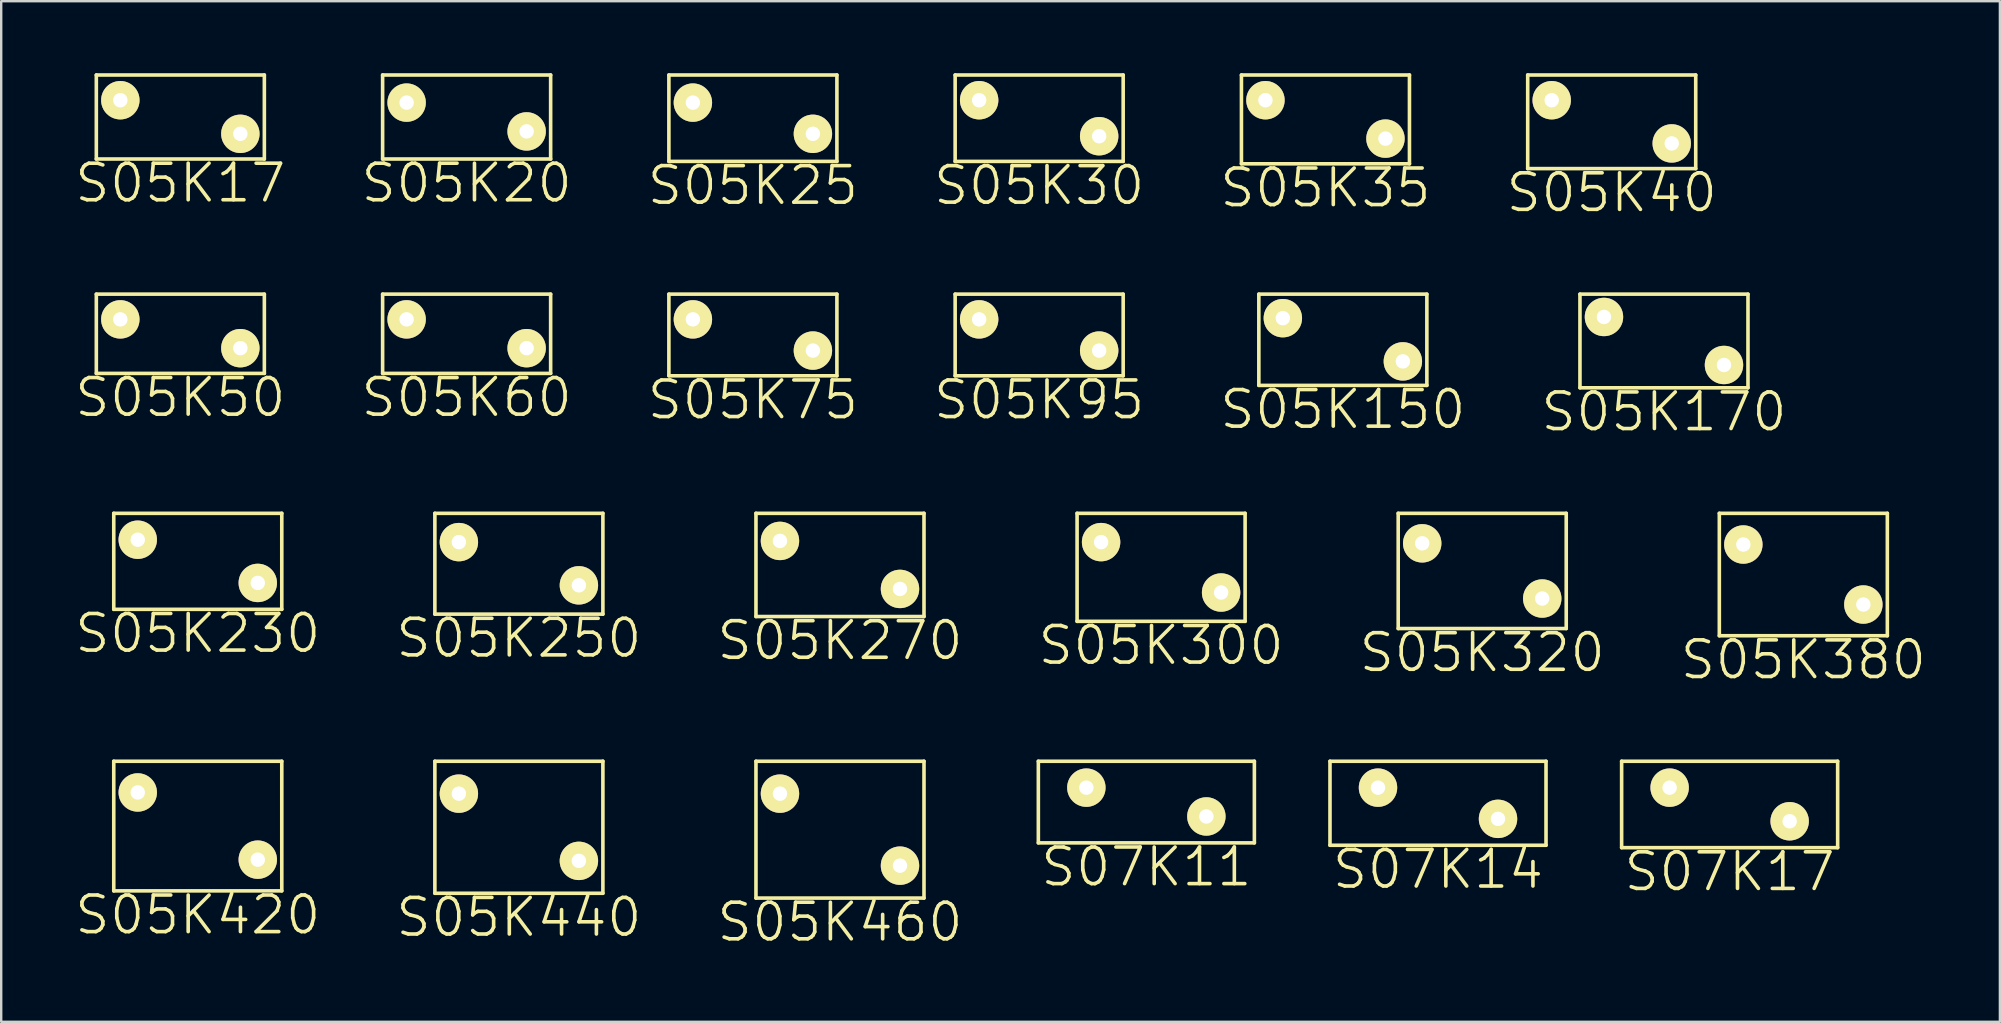
<source format=kicad_pcb>
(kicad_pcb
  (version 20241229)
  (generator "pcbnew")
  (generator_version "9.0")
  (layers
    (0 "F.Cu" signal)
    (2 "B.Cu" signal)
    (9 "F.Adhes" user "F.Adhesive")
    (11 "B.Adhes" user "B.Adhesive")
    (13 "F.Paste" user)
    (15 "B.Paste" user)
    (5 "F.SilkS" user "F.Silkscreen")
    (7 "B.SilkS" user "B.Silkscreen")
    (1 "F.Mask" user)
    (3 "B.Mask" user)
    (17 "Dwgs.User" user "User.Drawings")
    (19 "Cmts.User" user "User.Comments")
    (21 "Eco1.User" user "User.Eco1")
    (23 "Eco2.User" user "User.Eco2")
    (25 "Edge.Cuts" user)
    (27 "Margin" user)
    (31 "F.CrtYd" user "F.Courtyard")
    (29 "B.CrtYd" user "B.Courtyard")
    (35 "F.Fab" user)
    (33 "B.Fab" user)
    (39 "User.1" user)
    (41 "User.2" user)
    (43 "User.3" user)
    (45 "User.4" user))
  (footprint "S05K170"
    (layer "F.Cu")
    (at 63.772 10.155)
    (property "Reference" "S05K170" (at 2.5 3.95 0) (layer "F.SilkS") (effects (font (size 1.524 1.524) (thickness 0.15))))
    (attr through_hole)
    (fp_line (start -1 -0.95) (end -1 2.95) (stroke (width 0.15) (type solid)) (layer "F.SilkS"))
    (fp_line (start -1 -0.95) (end 6 -0.95) (stroke (width 0.15) (type solid)) (layer "F.SilkS"))
    (fp_line (start -1 2.95) (end 6 2.95) (stroke (width 0.15) (type solid)) (layer "F.SilkS"))
    (fp_line (start 6 -0.95) (end 6 2.95) (stroke (width 0.15) (type solid)) (layer "F.SilkS"))
    (pad "1" thru_hole circle (at 0 0) (size 1.6 1.6) (drill 0.6) (layers "*.Cu" "*.Mask" "F.SilkS"))
    (pad "2" thru_hole circle (at 5 2) (size 1.6 1.6) (drill 0.6) (layers "*.Cu" "*.Mask" "F.SilkS")))
  (footprint "S07K14"
    (layer "F.Cu")
    (at 54.358 29.764)
    (property "Reference" "S07K14" (at 2.5 3.4 0) (layer "F.SilkS") (effects (font (size 1.524 1.524) (thickness 0.15))))
    (attr through_hole)
    (fp_line (start -2 -1.1) (end -2 2.4) (stroke (width 0.15) (type solid)) (layer "F.SilkS"))
    (fp_line (start -2 -1.1) (end 7 -1.1) (stroke (width 0.15) (type solid)) (layer "F.SilkS"))
    (fp_line (start -2 2.4) (end 7 2.4) (stroke (width 0.15) (type solid)) (layer "F.SilkS"))
    (fp_line (start 7 -1.1) (end 7 2.4) (stroke (width 0.15) (type solid)) (layer "F.SilkS"))
    (pad "1" thru_hole circle (at 0 0) (size 1.6 1.6) (drill 0.6) (layers "*.Cu" "*.Mask" "F.SilkS"))
    (pad "2" thru_hole circle (at 5 1.3) (size 1.6 1.6) (drill 0.6) (layers "*.Cu" "*.Mask" "F.SilkS")))
  (footprint "S05K20"
    (layer "F.Cu")
    (at 13.89 1.225)
    (property "Reference" "S05K20" (at 2.5 3.35 0) (layer "F.SilkS") (effects (font (size 1.524 1.524) (thickness 0.15))))
    (attr through_hole)
    (fp_line (start -1 -1.15) (end -1 2.35) (stroke (width 0.15) (type solid)) (layer "F.SilkS"))
    (fp_line (start -1 -1.15) (end 6 -1.15) (stroke (width 0.15) (type solid)) (layer "F.SilkS"))
    (fp_line (start -1 2.35) (end 6 2.35) (stroke (width 0.15) (type solid)) (layer "F.SilkS"))
    (fp_line (start 6 -1.15) (end 6 2.35) (stroke (width 0.15) (type solid)) (layer "F.SilkS"))
    (pad "1" thru_hole circle (at 0 0) (size 1.6 1.6) (drill 0.6) (layers "*.Cu" "*.Mask" "F.SilkS"))
    (pad "2" thru_hole circle (at 5 1.2) (size 1.6 1.6) (drill 0.6) (layers "*.Cu" "*.Mask" "F.SilkS")))
  (footprint "S05K30"
    (layer "F.Cu")
    (at 37.742 1.125)
    (property "Reference" "S05K30" (at 2.5 3.55 0) (layer "F.SilkS") (effects (font (size 1.524 1.524) (thickness 0.15))))
    (attr through_hole)
    (fp_line (start -1 -1.05) (end -1 2.55) (stroke (width 0.15) (type solid)) (layer "F.SilkS"))
    (fp_line (start -1 -1.05) (end 6 -1.05) (stroke (width 0.15) (type solid)) (layer "F.SilkS"))
    (fp_line (start -1 2.55) (end 6 2.55) (stroke (width 0.15) (type solid)) (layer "F.SilkS"))
    (fp_line (start 6 -1.05) (end 6 2.55) (stroke (width 0.15) (type solid)) (layer "F.SilkS"))
    (pad "1" thru_hole circle (at 0 0) (size 1.6 1.6) (drill 0.6) (layers "*.Cu" "*.Mask" "F.SilkS"))
    (pad "2" thru_hole circle (at 5 1.5) (size 1.6 1.6) (drill 0.6) (layers "*.Cu" "*.Mask" "F.SilkS")))
  (footprint "S05K60"
    (layer "F.Cu")
    (at 13.89 10.255)
    (property "Reference" "S05K60" (at 2.5 3.25 0) (layer "F.SilkS") (effects (font (size 1.524 1.524) (thickness 0.15))))
    (attr through_hole)
    (fp_line (start -1 -1.05) (end -1 2.25) (stroke (width 0.15) (type solid)) (layer "F.SilkS"))
    (fp_line (start -1 -1.05) (end 6 -1.05) (stroke (width 0.15) (type solid)) (layer "F.SilkS"))
    (fp_line (start -1 2.25) (end 6 2.25) (stroke (width 0.15) (type solid)) (layer "F.SilkS"))
    (fp_line (start 6 -1.05) (end 6 2.25) (stroke (width 0.15) (type solid)) (layer "F.SilkS"))
    (pad "1" thru_hole circle (at 0 0) (size 1.6 1.6) (drill 0.6) (layers "*.Cu" "*.Mask" "F.SilkS"))
    (pad "2" thru_hole circle (at 5 1.2) (size 1.6 1.6) (drill 0.6) (layers "*.Cu" "*.Mask" "F.SilkS")))
  (footprint "S05K320"
    (layer "F.Cu")
    (at 56.2 19.585)
    (property "Reference" "S05K320" (at 2.5 4.55 0) (layer "F.SilkS") (effects (font (size 1.524 1.524) (thickness 0.15))))
    (attr through_hole)
    (fp_line (start -1 -1.25) (end -1 3.55) (stroke (width 0.15) (type solid)) (layer "F.SilkS"))
    (fp_line (start -1 -1.25) (end 6 -1.25) (stroke (width 0.15) (type solid)) (layer "F.SilkS"))
    (fp_line (start -1 3.55) (end 6 3.55) (stroke (width 0.15) (type solid)) (layer "F.SilkS"))
    (fp_line (start 6 -1.25) (end 6 3.55) (stroke (width 0.15) (type solid)) (layer "F.SilkS"))
    (pad "1" thru_hole circle (at 0 0) (size 1.6 1.6) (drill 0.6) (layers "*.Cu" "*.Mask" "F.SilkS"))
    (pad "2" thru_hole circle (at 5 2.3) (size 1.6 1.6) (drill 0.6) (layers "*.Cu" "*.Mask" "F.SilkS")))
  (footprint "S07K11"
    (layer "F.Cu")
    (at 42.208 29.764)
    (property "Reference" "S07K11" (at 2.5 3.3 0) (layer "F.SilkS") (effects (font (size 1.524 1.524) (thickness 0.15))))
    (attr through_hole)
    (fp_line (start -2 -1.1) (end -2 2.3) (stroke (width 0.15) (type solid)) (layer "F.SilkS"))
    (fp_line (start -2 -1.1) (end 7 -1.1) (stroke (width 0.15) (type solid)) (layer "F.SilkS"))
    (fp_line (start -2 2.3) (end 7 2.3) (stroke (width 0.15) (type solid)) (layer "F.SilkS"))
    (fp_line (start 7 -1.1) (end 7 2.3) (stroke (width 0.15) (type solid)) (layer "F.SilkS"))
    (pad "1" thru_hole circle (at 0 0) (size 1.6 1.6) (drill 0.6) (layers "*.Cu" "*.Mask" "F.SilkS"))
    (pad "2" thru_hole circle (at 5 1.2) (size 1.6 1.6) (drill 0.6) (layers "*.Cu" "*.Mask" "F.SilkS")))
  (footprint "S05K75"
    (layer "F.Cu")
    (at 25.816 10.255)
    (property "Reference" "S05K75" (at 2.5 3.35 0) (layer "F.SilkS") (effects (font (size 1.524 1.524) (thickness 0.15))))
    (attr through_hole)
    (fp_line (start -1 -1.05) (end -1 2.35) (stroke (width 0.15) (type solid)) (layer "F.SilkS"))
    (fp_line (start -1 -1.05) (end 6 -1.05) (stroke (width 0.15) (type solid)) (layer "F.SilkS"))
    (fp_line (start -1 2.35) (end 6 2.35) (stroke (width 0.15) (type solid)) (layer "F.SilkS"))
    (fp_line (start 6 -1.05) (end 6 2.35) (stroke (width 0.15) (type solid)) (layer "F.SilkS"))
    (pad "1" thru_hole circle (at 0 0) (size 1.6 1.6) (drill 0.6) (layers "*.Cu" "*.Mask" "F.SilkS"))
    (pad "2" thru_hole circle (at 5 1.3) (size 1.6 1.6) (drill 0.6) (layers "*.Cu" "*.Mask" "F.SilkS")))
  (footprint "S05K35"
    (layer "F.Cu")
    (at 49.669 1.125)
    (property "Reference" "S05K35" (at 2.5 3.65 0) (layer "F.SilkS") (effects (font (size 1.524 1.524) (thickness 0.15))))
    (attr through_hole)
    (fp_line (start -1 -1.05) (end -1 2.65) (stroke (width 0.15) (type solid)) (layer "F.SilkS"))
    (fp_line (start -1 -1.05) (end 6 -1.05) (stroke (width 0.15) (type solid)) (layer "F.SilkS"))
    (fp_line (start -1 2.65) (end 6 2.65) (stroke (width 0.15) (type solid)) (layer "F.SilkS"))
    (fp_line (start 6 -1.05) (end 6 2.65) (stroke (width 0.15) (type solid)) (layer "F.SilkS"))
    (pad "1" thru_hole circle (at 0 0) (size 1.6 1.6) (drill 0.6) (layers "*.Cu" "*.Mask" "F.SilkS"))
    (pad "2" thru_hole circle (at 5 1.6) (size 1.6 1.6) (drill 0.6) (layers "*.Cu" "*.Mask" "F.SilkS")))
  (footprint "S05K17"
    (layer "F.Cu")
    (at 1.963 1.125)
    (property "Reference" "S05K17" (at 2.5 3.45 0) (layer "F.SilkS") (effects (font (size 1.524 1.524) (thickness 0.15))))
    (attr through_hole)
    (fp_line (start -1 -1.05) (end -1 2.45) (stroke (width 0.15) (type solid)) (layer "F.SilkS"))
    (fp_line (start -1 -1.05) (end 6 -1.05) (stroke (width 0.15) (type solid)) (layer "F.SilkS"))
    (fp_line (start -1 2.45) (end 6 2.45) (stroke (width 0.15) (type solid)) (layer "F.SilkS"))
    (fp_line (start 6 -1.05) (end 6 2.45) (stroke (width 0.15) (type solid)) (layer "F.SilkS"))
    (pad "1" thru_hole circle (at 0 0) (size 1.6 1.6) (drill 0.6) (layers "*.Cu" "*.Mask" "F.SilkS"))
    (pad "2" thru_hole circle (at 5 1.4) (size 1.6 1.6) (drill 0.6) (layers "*.Cu" "*.Mask" "F.SilkS")))
  (footprint "S05K250"
    (layer "F.Cu")
    (at 16.067 19.535)
    (property "Reference" "S05K250" (at 2.5 4 0) (layer "F.SilkS") (effects (font (size 1.524 1.524) (thickness 0.15))))
    (attr through_hole)
    (fp_line (start -1 -1.2) (end -1 3) (stroke (width 0.15) (type solid)) (layer "F.SilkS"))
    (fp_line (start -1 -1.2) (end 6 -1.2) (stroke (width 0.15) (type solid)) (layer "F.SilkS"))
    (fp_line (start -1 3) (end 6 3) (stroke (width 0.15) (type solid)) (layer "F.SilkS"))
    (fp_line (start 6 -1.2) (end 6 3) (stroke (width 0.15) (type solid)) (layer "F.SilkS"))
    (pad "1" thru_hole circle (at 0 0) (size 1.6 1.6) (drill 0.6) (layers "*.Cu" "*.Mask" "F.SilkS"))
    (pad "2" thru_hole circle (at 5 1.8) (size 1.6 1.6) (drill 0.6) (layers "*.Cu" "*.Mask" "F.SilkS")))
  (footprint "S05K230"
    (layer "F.Cu")
    (at 2.689 19.435)
    (property "Reference" "S05K230" (at 2.5 3.9 0) (layer "F.SilkS") (effects (font (size 1.524 1.524) (thickness 0.15))))
    (attr through_hole)
    (fp_line (start -1 -1.1) (end -1 2.9) (stroke (width 0.15) (type solid)) (layer "F.SilkS"))
    (fp_line (start -1 -1.1) (end 6 -1.1) (stroke (width 0.15) (type solid)) (layer "F.SilkS"))
    (fp_line (start -1 2.9) (end 6 2.9) (stroke (width 0.15) (type solid)) (layer "F.SilkS"))
    (fp_line (start 6 -1.1) (end 6 2.9) (stroke (width 0.15) (type solid)) (layer "F.SilkS"))
    (pad "1" thru_hole circle (at 0 0) (size 1.6 1.6) (drill 0.6) (layers "*.Cu" "*.Mask" "F.SilkS"))
    (pad "2" thru_hole circle (at 5 1.8) (size 1.6 1.6) (drill 0.6) (layers "*.Cu" "*.Mask" "F.SilkS")))
  (footprint "S05K95"
    (layer "F.Cu")
    (at 37.742 10.255)
    (property "Reference" "S05K95" (at 2.5 3.35 0) (layer "F.SilkS") (effects (font (size 1.524 1.524) (thickness 0.15))))
    (attr through_hole)
    (fp_line (start -1 -1.05) (end -1 2.35) (stroke (width 0.15) (type solid)) (layer "F.SilkS"))
    (fp_line (start -1 -1.05) (end 6 -1.05) (stroke (width 0.15) (type solid)) (layer "F.SilkS"))
    (fp_line (start -1 2.35) (end 6 2.35) (stroke (width 0.15) (type solid)) (layer "F.SilkS"))
    (fp_line (start 6 -1.05) (end 6 2.35) (stroke (width 0.15) (type solid)) (layer "F.SilkS"))
    (pad "1" thru_hole circle (at 0 0) (size 1.6 1.6) (drill 0.6) (layers "*.Cu" "*.Mask" "F.SilkS"))
    (pad "2" thru_hole circle (at 5 1.3) (size 1.6 1.6) (drill 0.6) (layers "*.Cu" "*.Mask" "F.SilkS")))
  (footprint "S05K150"
    (layer "F.Cu")
    (at 50.394 10.205)
    (property "Reference" "S05K150" (at 2.5 3.8 0) (layer "F.SilkS") (effects (font (size 1.524 1.524) (thickness 0.15))))
    (attr through_hole)
    (fp_line (start -1 -1) (end -1 2.8) (stroke (width 0.15) (type solid)) (layer "F.SilkS"))
    (fp_line (start -1 -1) (end 6 -1) (stroke (width 0.15) (type solid)) (layer "F.SilkS"))
    (fp_line (start -1 2.8) (end 6 2.8) (stroke (width 0.15) (type solid)) (layer "F.SilkS"))
    (fp_line (start 6 -1) (end 6 2.8) (stroke (width 0.15) (type solid)) (layer "F.SilkS"))
    (pad "1" thru_hole circle (at 0 0) (size 1.6 1.6) (drill 0.6) (layers "*.Cu" "*.Mask" "F.SilkS"))
    (pad "2" thru_hole circle (at 5 1.8) (size 1.6 1.6) (drill 0.6) (layers "*.Cu" "*.Mask" "F.SilkS")))
  (footprint "S05K300"
    (layer "F.Cu")
    (at 42.822 19.535)
    (property "Reference" "S05K300" (at 2.5 4.3 0) (layer "F.SilkS") (effects (font (size 1.524 1.524) (thickness 0.15))))
    (attr through_hole)
    (fp_line (start -1 -1.2) (end -1 3.3) (stroke (width 0.15) (type solid)) (layer "F.SilkS"))
    (fp_line (start -1 -1.2) (end 6 -1.2) (stroke (width 0.15) (type solid)) (layer "F.SilkS"))
    (fp_line (start -1 3.3) (end 6 3.3) (stroke (width 0.15) (type solid)) (layer "F.SilkS"))
    (fp_line (start 6 -1.2) (end 6 3.3) (stroke (width 0.15) (type solid)) (layer "F.SilkS"))
    (pad "1" thru_hole circle (at 0 0) (size 1.6 1.6) (drill 0.6) (layers "*.Cu" "*.Mask" "F.SilkS"))
    (pad "2" thru_hole circle (at 5 2.1) (size 1.6 1.6) (drill 0.6) (layers "*.Cu" "*.Mask" "F.SilkS")))
  (footprint "S05K25"
    (layer "F.Cu")
    (at 25.816 1.225)
    (property "Reference" "S05K25" (at 2.5 3.45 0) (layer "F.SilkS") (effects (font (size 1.524 1.524) (thickness 0.15))))
    (attr through_hole)
    (fp_line (start -1 -1.15) (end -1 2.45) (stroke (width 0.15) (type solid)) (layer "F.SilkS"))
    (fp_line (start -1 -1.15) (end 6 -1.15) (stroke (width 0.15) (type solid)) (layer "F.SilkS"))
    (fp_line (start -1 2.45) (end 6 2.45) (stroke (width 0.15) (type solid)) (layer "F.SilkS"))
    (fp_line (start 6 -1.15) (end 6 2.45) (stroke (width 0.15) (type solid)) (layer "F.SilkS"))
    (pad "1" thru_hole circle (at 0 0) (size 1.6 1.6) (drill 0.6) (layers "*.Cu" "*.Mask" "F.SilkS"))
    (pad "2" thru_hole circle (at 5 1.3) (size 1.6 1.6) (drill 0.6) (layers "*.Cu" "*.Mask" "F.SilkS")))
  (footprint "S05K50"
    (layer "F.Cu")
    (at 1.963 10.255)
    (property "Reference" "S05K50" (at 2.5 3.25 0) (layer "F.SilkS") (effects (font (size 1.524 1.524) (thickness 0.15))))
    (attr through_hole)
    (fp_line (start -1 -1.05) (end -1 2.25) (stroke (width 0.15) (type solid)) (layer "F.SilkS"))
    (fp_line (start -1 -1.05) (end 6 -1.05) (stroke (width 0.15) (type solid)) (layer "F.SilkS"))
    (fp_line (start -1 2.25) (end 6 2.25) (stroke (width 0.15) (type solid)) (layer "F.SilkS"))
    (fp_line (start 6 -1.05) (end 6 2.25) (stroke (width 0.15) (type solid)) (layer "F.SilkS"))
    (pad "1" thru_hole circle (at 0 0) (size 1.6 1.6) (drill 0.6) (layers "*.Cu" "*.Mask" "F.SilkS"))
    (pad "2" thru_hole circle (at 5 1.2) (size 1.6 1.6) (drill 0.6) (layers "*.Cu" "*.Mask" "F.SilkS")))
  (footprint "S05K380"
    (layer "F.Cu")
    (at 69.578 19.635)
    (property "Reference" "S05K380" (at 2.5 4.8 0) (layer "F.SilkS") (effects (font (size 1.524 1.524) (thickness 0.15))))
    (attr through_hole)
    (fp_line (start -1 -1.3) (end -1 3.8) (stroke (width 0.15) (type solid)) (layer "F.SilkS"))
    (fp_line (start -1 -1.3) (end 6 -1.3) (stroke (width 0.15) (type solid)) (layer "F.SilkS"))
    (fp_line (start -1 3.8) (end 6 3.8) (stroke (width 0.15) (type solid)) (layer "F.SilkS"))
    (fp_line (start 6 -1.3) (end 6 3.8) (stroke (width 0.15) (type solid)) (layer "F.SilkS"))
    (pad "1" thru_hole circle (at 0 0) (size 1.6 1.6) (drill 0.6) (layers "*.Cu" "*.Mask" "F.SilkS"))
    (pad "2" thru_hole circle (at 5 2.5) (size 1.6 1.6) (drill 0.6) (layers "*.Cu" "*.Mask" "F.SilkS")))
  (footprint "S05K270"
    (layer "F.Cu")
    (at 29.444 19.485)
    (property "Reference" "S05K270" (at 2.5 4.15 0) (layer "F.SilkS") (effects (font (size 1.524 1.524) (thickness 0.15))))
    (attr through_hole)
    (fp_line (start -1 -1.15) (end -1 3.15) (stroke (width 0.15) (type solid)) (layer "F.SilkS"))
    (fp_line (start -1 -1.15) (end 6 -1.15) (stroke (width 0.15) (type solid)) (layer "F.SilkS"))
    (fp_line (start -1 3.15) (end 6 3.15) (stroke (width 0.15) (type solid)) (layer "F.SilkS"))
    (fp_line (start 6 -1.15) (end 6 3.15) (stroke (width 0.15) (type solid)) (layer "F.SilkS"))
    (pad "1" thru_hole circle (at 0 0) (size 1.6 1.6) (drill 0.6) (layers "*.Cu" "*.Mask" "F.SilkS"))
    (pad "2" thru_hole circle (at 5 2) (size 1.6 1.6) (drill 0.6) (layers "*.Cu" "*.Mask" "F.SilkS")))
  (footprint "S05K460"
    (layer "F.Cu")
    (at 29.444 30.014)
    (property "Reference" "S05K460" (at 2.5 5.35 0) (layer "F.SilkS") (effects (font (size 1.524 1.524) (thickness 0.15))))
    (attr through_hole)
    (fp_line (start -1 -1.35) (end -1 4.35) (stroke (width 0.15) (type solid)) (layer "F.SilkS"))
    (fp_line (start -1 -1.35) (end 6 -1.35) (stroke (width 0.15) (type solid)) (layer "F.SilkS"))
    (fp_line (start -1 4.35) (end 6 4.35) (stroke (width 0.15) (type solid)) (layer "F.SilkS"))
    (fp_line (start 6 -1.35) (end 6 4.35) (stroke (width 0.15) (type solid)) (layer "F.SilkS"))
    (pad "1" thru_hole circle (at 0 0) (size 1.6 1.6) (drill 0.6) (layers "*.Cu" "*.Mask" "F.SilkS"))
    (pad "2" thru_hole circle (at 5 3) (size 1.6 1.6) (drill 0.6) (layers "*.Cu" "*.Mask" "F.SilkS")))
  (footprint "S07K17"
    (layer "F.Cu")
    (at 66.508 29.764)
    (property "Reference" "S07K17" (at 2.5 3.5 0) (layer "F.SilkS") (effects (font (size 1.524 1.524) (thickness 0.15))))
    (attr through_hole)
    (fp_line (start -2 -1.1) (end -2 2.5) (stroke (width 0.15) (type solid)) (layer "F.SilkS"))
    (fp_line (start -2 -1.1) (end 7 -1.1) (stroke (width 0.15) (type solid)) (layer "F.SilkS"))
    (fp_line (start -2 2.5) (end 7 2.5) (stroke (width 0.15) (type solid)) (layer "F.SilkS"))
    (fp_line (start 7 -1.1) (end 7 2.5) (stroke (width 0.15) (type solid)) (layer "F.SilkS"))
    (pad "1" thru_hole circle (at 0 0) (size 1.6 1.6) (drill 0.6) (layers "*.Cu" "*.Mask" "F.SilkS"))
    (pad "2" thru_hole circle (at 5 1.4) (size 1.6 1.6) (drill 0.6) (layers "*.Cu" "*.Mask" "F.SilkS")))
  (footprint "S05K440"
    (layer "F.Cu")
    (at 16.067 30.014)
    (property "Reference" "S05K440" (at 2.5 5.15 0) (layer "F.SilkS") (effects (font (size 1.524 1.524) (thickness 0.15))))
    (attr through_hole)
    (fp_line (start -1 -1.35) (end -1 4.15) (stroke (width 0.15) (type solid)) (layer "F.SilkS"))
    (fp_line (start -1 -1.35) (end 6 -1.35) (stroke (width 0.15) (type solid)) (layer "F.SilkS"))
    (fp_line (start -1 4.15) (end 6 4.15) (stroke (width 0.15) (type solid)) (layer "F.SilkS"))
    (fp_line (start 6 -1.35) (end 6 4.15) (stroke (width 0.15) (type solid)) (layer "F.SilkS"))
    (pad "1" thru_hole circle (at 0 0) (size 1.6 1.6) (drill 0.6) (layers "*.Cu" "*.Mask" "F.SilkS"))
    (pad "2" thru_hole circle (at 5 2.8) (size 1.6 1.6) (drill 0.6) (layers "*.Cu" "*.Mask" "F.SilkS")))
  (footprint "S05K420"
    (layer "F.Cu")
    (at 2.689 29.964)
    (property "Reference" "S05K420" (at 2.5 5.1 0) (layer "F.SilkS") (effects (font (size 1.524 1.524) (thickness 0.15))))
    (attr through_hole)
    (fp_line (start -1 -1.3) (end -1 4.1) (stroke (width 0.15) (type solid)) (layer "F.SilkS"))
    (fp_line (start -1 -1.3) (end 6 -1.3) (stroke (width 0.15) (type solid)) (layer "F.SilkS"))
    (fp_line (start -1 4.1) (end 6 4.1) (stroke (width 0.15) (type solid)) (layer "F.SilkS"))
    (fp_line (start 6 -1.3) (end 6 4.1) (stroke (width 0.15) (type solid)) (layer "F.SilkS"))
    (pad "1" thru_hole circle (at 0 0) (size 1.6 1.6) (drill 0.6) (layers "*.Cu" "*.Mask" "F.SilkS"))
    (pad "2" thru_hole circle (at 5 2.8) (size 1.6 1.6) (drill 0.6) (layers "*.Cu" "*.Mask" "F.SilkS")))
  (footprint "S05K40"
    (layer "F.Cu")
    (at 61.595 1.125)
    (property "Reference" "S05K40" (at 2.5 3.85 0) (layer "F.SilkS") (effects (font (size 1.524 1.524) (thickness 0.15))))
    (attr through_hole)
    (fp_line (start -1 -1.05) (end -1 2.85) (stroke (width 0.15) (type solid)) (layer "F.SilkS"))
    (fp_line (start -1 -1.05) (end 6 -1.05) (stroke (width 0.15) (type solid)) (layer "F.SilkS"))
    (fp_line (start -1 2.85) (end 6 2.85) (stroke (width 0.15) (type solid)) (layer "F.SilkS"))
    (fp_line (start 6 -1.05) (end 6 2.85) (stroke (width 0.15) (type solid)) (layer "F.SilkS"))
    (pad "1" thru_hole circle (at 0 0) (size 1.6 1.6) (drill 0.6) (layers "*.Cu" "*.Mask" "F.SilkS"))
    (pad "2" thru_hole circle (at 5 1.8) (size 1.6 1.6) (drill 0.6) (layers "*.Cu" "*.Mask" "F.SilkS")))
  (gr_rect
    (start -3 -3)
    (end 80.267 39.519)
    (stroke (width 0.1) (type default))
    (fill no)
    (layer "Edge.Cuts")))
</source>
